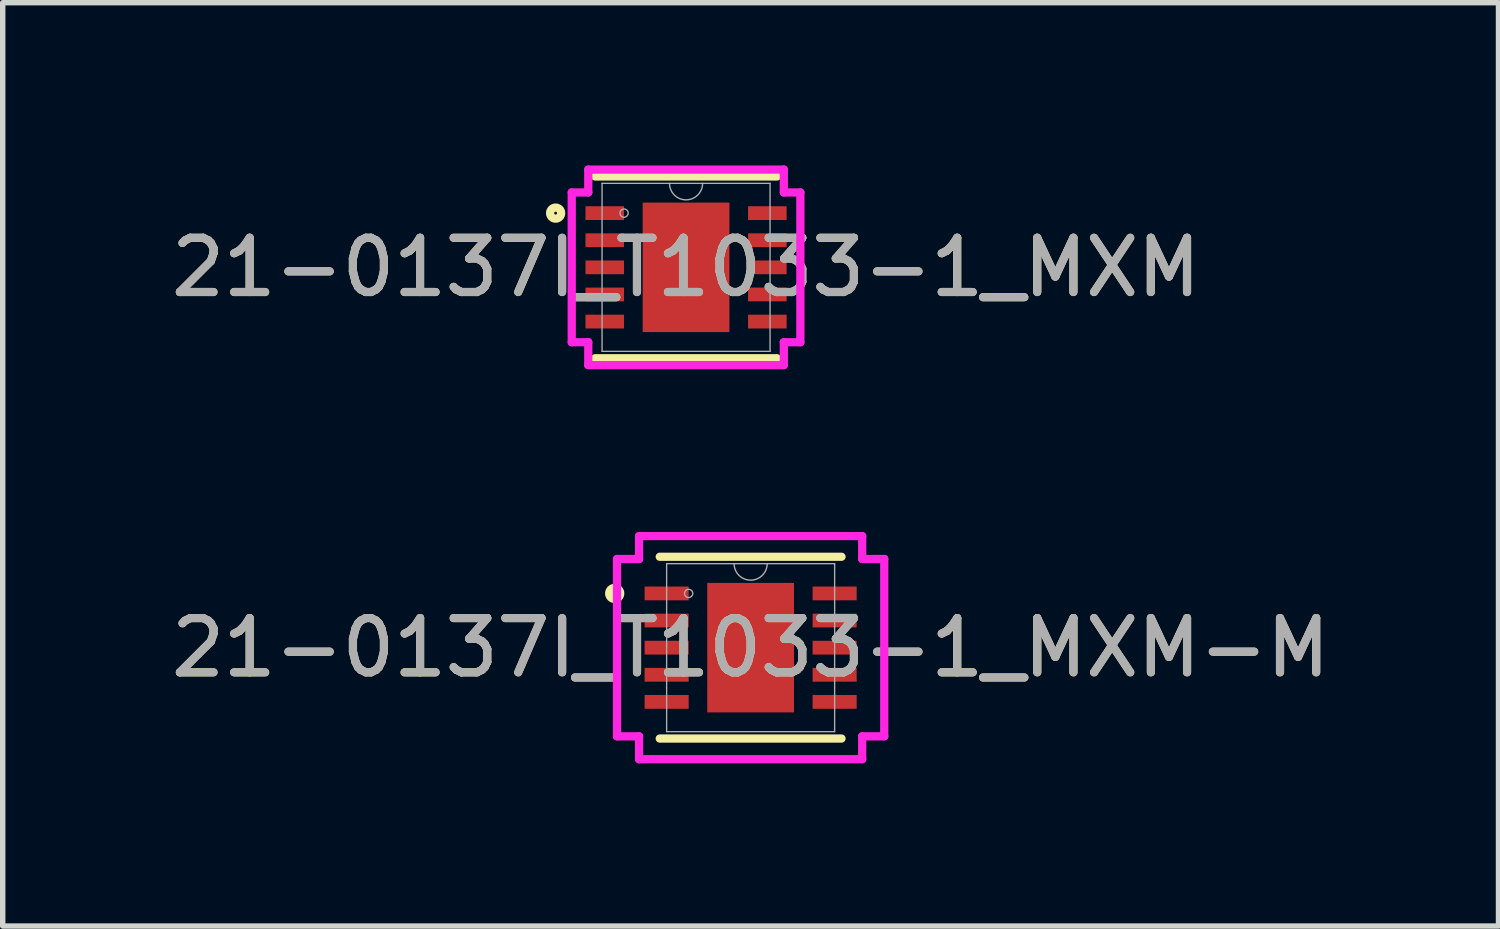
<source format=kicad_pcb>
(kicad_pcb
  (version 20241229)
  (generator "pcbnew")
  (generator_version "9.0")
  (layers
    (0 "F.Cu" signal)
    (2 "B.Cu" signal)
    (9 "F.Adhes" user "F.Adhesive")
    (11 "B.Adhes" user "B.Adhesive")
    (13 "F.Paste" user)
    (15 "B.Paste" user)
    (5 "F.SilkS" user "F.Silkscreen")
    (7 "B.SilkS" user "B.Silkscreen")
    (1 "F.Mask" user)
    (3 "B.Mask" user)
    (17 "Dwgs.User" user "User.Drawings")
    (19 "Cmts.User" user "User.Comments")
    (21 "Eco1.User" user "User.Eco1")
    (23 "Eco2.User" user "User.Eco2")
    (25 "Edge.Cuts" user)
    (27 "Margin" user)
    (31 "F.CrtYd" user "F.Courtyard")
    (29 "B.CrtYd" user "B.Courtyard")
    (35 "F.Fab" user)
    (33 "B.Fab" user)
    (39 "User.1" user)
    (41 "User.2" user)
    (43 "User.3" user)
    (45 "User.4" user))
  (footprint "21-0137I_T1033-1_MXM"
    (layer "F.Cu")
    (at 9.601 1.88)
    (property "Reference" "21-0137I_T1033-1_MXM" (at 0 0 0) (unlocked yes) (layer "F.SilkS") (effects (font (size 1 1) (thickness 0.15))))
    (attr smd)
    (fp_line (start -1.676 1.676) (end 1.676 1.676) (stroke (width 0.152) (type solid)) (layer "F.SilkS"))
    (fp_line (start 1.676 -1.676) (end -1.676 -1.676) (stroke (width 0.152) (type solid)) (layer "F.SilkS"))
    (fp_circle (center -2.405 -1) (end -2.303 -1) (stroke (width 0.152) (type solid)) (fill no) (layer "F.SilkS"))
    (fp_line (start -2.108 -1.381) (end -1.803 -1.381) (stroke (width 0.152) (type solid)) (layer "F.CrtYd"))
    (fp_line (start -2.108 1.381) (end -2.108 -1.381) (stroke (width 0.152) (type solid)) (layer "F.CrtYd"))
    (fp_line (start -2.108 1.381) (end -1.803 1.381) (stroke (width 0.152) (type solid)) (layer "F.CrtYd"))
    (fp_line (start -1.803 -1.803) (end 1.803 -1.803) (stroke (width 0.152) (type solid)) (layer "F.CrtYd"))
    (fp_line (start -1.803 -1.381) (end -1.803 -1.803) (stroke (width 0.152) (type solid)) (layer "F.CrtYd"))
    (fp_line (start -1.803 1.803) (end -1.803 1.381) (stroke (width 0.152) (type solid)) (layer "F.CrtYd"))
    (fp_line (start 1.803 -1.803) (end 1.803 -1.381) (stroke (width 0.152) (type solid)) (layer "F.CrtYd"))
    (fp_line (start 1.803 1.381) (end 1.803 1.803) (stroke (width 0.152) (type solid)) (layer "F.CrtYd"))
    (fp_line (start 1.803 1.803) (end -1.803 1.803) (stroke (width 0.152) (type solid)) (layer "F.CrtYd"))
    (fp_line (start 2.108 -1.381) (end 1.803 -1.381) (stroke (width 0.152) (type solid)) (layer "F.CrtYd"))
    (fp_line (start 2.108 -1.381) (end 2.108 1.381) (stroke (width 0.152) (type solid)) (layer "F.CrtYd"))
    (fp_line (start 2.108 1.381) (end 1.803 1.381) (stroke (width 0.152) (type solid)) (layer "F.CrtYd"))
    (fp_line (start -1.549 -1.549) (end -1.549 1.549) (stroke (width 0.025) (type solid)) (layer "F.Fab"))
    (fp_line (start -1.549 1.549) (end 1.549 1.549) (stroke (width 0.025) (type solid)) (layer "F.Fab"))
    (fp_line (start 1.549 -1.549) (end -1.549 -1.549) (stroke (width 0.025) (type solid)) (layer "F.Fab"))
    (fp_line (start 1.549 1.549) (end 1.549 -1.549) (stroke (width 0.025) (type solid)) (layer "F.Fab"))
    (fp_arc (start 0.3048 -1.5494) (mid 0 -1.2446) (end -0.3048 -1.5494) (stroke (width 0.0254) (type solid)) (layer "F.Fab"))
    (fp_circle (center -1.143 -1) (end -1.067 -1) (stroke (width 0.025) (type solid)) (fill no) (layer "F.Fab"))
    (fp_text user "${REFERENCE}" (at 0 0 0) (unlocked yes) (layer "F.Fab") (effects (font (size 1 1) (thickness 0.15))))
    (pad "1" smd rect (at -1.499 -1) (size 0.711 0.254) (layers "F.Cu" "F.Mask" "F.Paste"))
    (pad "2" smd rect (at -1.499 -0.5) (size 0.711 0.254) (layers "F.Cu" "F.Mask" "F.Paste"))
    (pad "3" smd rect (at -1.499 0) (size 0.711 0.254) (layers "F.Cu" "F.Mask" "F.Paste"))
    (pad "4" smd rect (at -1.499 0.5) (size 0.711 0.254) (layers "F.Cu" "F.Mask" "F.Paste"))
    (pad "5" smd rect (at -1.499 1) (size 0.711 0.254) (layers "F.Cu" "F.Mask" "F.Paste"))
    (pad "6" smd rect (at 1.499 1) (size 0.711 0.254) (layers "F.Cu" "F.Mask" "F.Paste"))
    (pad "7" smd rect (at 1.499 0.5) (size 0.711 0.254) (layers "F.Cu" "F.Mask" "F.Paste"))
    (pad "8" smd rect (at 1.499 0) (size 0.711 0.254) (layers "F.Cu" "F.Mask" "F.Paste"))
    (pad "9" smd rect (at 1.499 -0.5) (size 0.711 0.254) (layers "F.Cu" "F.Mask" "F.Paste"))
    (pad "10" smd rect (at 1.499 -1) (size 0.711 0.254) (layers "F.Cu" "F.Mask" "F.Paste"))
    (pad "11" smd rect (at 0 0) (size 1.6 2.388) (layers "F.Cu" "F.Mask" "F.Paste")))
  (footprint "21-0137I_T1033-1_MXM-M"
    (layer "F.Cu")
    (at 10.792 8.893)
    (property "Reference" "21-0137I_T1033-1_MXM-M" (at 0 0 0) (unlocked yes) (layer "F.SilkS") (effects (font (size 1 1) (thickness 0.15))))
    (attr smd)
    (fp_line (start -1.676 1.676) (end 1.676 1.676) (stroke (width 0.152) (type solid)) (layer "F.SilkS"))
    (fp_line (start 1.676 -1.676) (end -1.676 -1.676) (stroke (width 0.152) (type solid)) (layer "F.SilkS"))
    (fp_circle (center -2.507 -1) (end -2.405 -1) (stroke (width 0.152) (type solid)) (fill no) (layer "F.SilkS"))
    (fp_line (start -2.464 -1.635) (end -2.057 -1.635) (stroke (width 0.152) (type solid)) (layer "F.CrtYd"))
    (fp_line (start -2.464 1.635) (end -2.464 -1.635) (stroke (width 0.152) (type solid)) (layer "F.CrtYd"))
    (fp_line (start -2.464 1.635) (end -2.057 1.635) (stroke (width 0.152) (type solid)) (layer "F.CrtYd"))
    (fp_line (start -2.057 -2.057) (end 2.057 -2.057) (stroke (width 0.152) (type solid)) (layer "F.CrtYd"))
    (fp_line (start -2.057 -1.635) (end -2.057 -2.057) (stroke (width 0.152) (type solid)) (layer "F.CrtYd"))
    (fp_line (start -2.057 2.057) (end -2.057 1.635) (stroke (width 0.152) (type solid)) (layer "F.CrtYd"))
    (fp_line (start 2.057 -2.057) (end 2.057 -1.635) (stroke (width 0.152) (type solid)) (layer "F.CrtYd"))
    (fp_line (start 2.057 1.635) (end 2.057 2.057) (stroke (width 0.152) (type solid)) (layer "F.CrtYd"))
    (fp_line (start 2.057 2.057) (end -2.057 2.057) (stroke (width 0.152) (type solid)) (layer "F.CrtYd"))
    (fp_line (start 2.464 -1.635) (end 2.057 -1.635) (stroke (width 0.152) (type solid)) (layer "F.CrtYd"))
    (fp_line (start 2.464 -1.635) (end 2.464 1.635) (stroke (width 0.152) (type solid)) (layer "F.CrtYd"))
    (fp_line (start 2.464 1.635) (end 2.057 1.635) (stroke (width 0.152) (type solid)) (layer "F.CrtYd"))
    (fp_line (start -1.549 -1.549) (end -1.549 1.549) (stroke (width 0.025) (type solid)) (layer "F.Fab"))
    (fp_line (start -1.549 1.549) (end 1.549 1.549) (stroke (width 0.025) (type solid)) (layer "F.Fab"))
    (fp_line (start 1.549 -1.549) (end -1.549 -1.549) (stroke (width 0.025) (type solid)) (layer "F.Fab"))
    (fp_line (start 1.549 1.549) (end 1.549 -1.549) (stroke (width 0.025) (type solid)) (layer "F.Fab"))
    (fp_arc (start 0.3048 -1.5494) (mid 0 -1.2446) (end -0.3048 -1.5494) (stroke (width 0.0254) (type solid)) (layer "F.Fab"))
    (fp_circle (center -1.143 -1) (end -1.067 -1) (stroke (width 0.025) (type solid)) (fill no) (layer "F.Fab"))
    (fp_text user "${REFERENCE}" (at 0 0 0) (unlocked yes) (layer "F.Fab") (effects (font (size 1 1) (thickness 0.15))))
    (pad "1" smd rect (at -1.549 -1) (size 0.813 0.254) (layers "F.Cu" "F.Mask" "F.Paste"))
    (pad "2" smd rect (at -1.549 -0.5) (size 0.813 0.254) (layers "F.Cu" "F.Mask" "F.Paste"))
    (pad "3" smd rect (at -1.549 0) (size 0.813 0.254) (layers "F.Cu" "F.Mask" "F.Paste"))
    (pad "4" smd rect (at -1.549 0.5) (size 0.813 0.254) (layers "F.Cu" "F.Mask" "F.Paste"))
    (pad "5" smd rect (at -1.549 1) (size 0.813 0.254) (layers "F.Cu" "F.Mask" "F.Paste"))
    (pad "6" smd rect (at 1.549 1) (size 0.813 0.254) (layers "F.Cu" "F.Mask" "F.Paste"))
    (pad "7" smd rect (at 1.549 0.5) (size 0.813 0.254) (layers "F.Cu" "F.Mask" "F.Paste"))
    (pad "8" smd rect (at 1.549 0) (size 0.813 0.254) (layers "F.Cu" "F.Mask" "F.Paste"))
    (pad "9" smd rect (at 1.549 -0.5) (size 0.813 0.254) (layers "F.Cu" "F.Mask" "F.Paste"))
    (pad "10" smd rect (at 1.549 -1) (size 0.813 0.254) (layers "F.Cu" "F.Mask" "F.Paste"))
    (pad "11" smd rect (at 0 0) (size 1.6 2.388) (layers "F.Cu" "F.Mask" "F.Paste")))
  (gr_rect
    (start -3 -3)
    (end 24.583 14.026)
    (stroke (width 0.1) (type default))
    (fill no)
    (layer "Edge.Cuts")))
</source>
